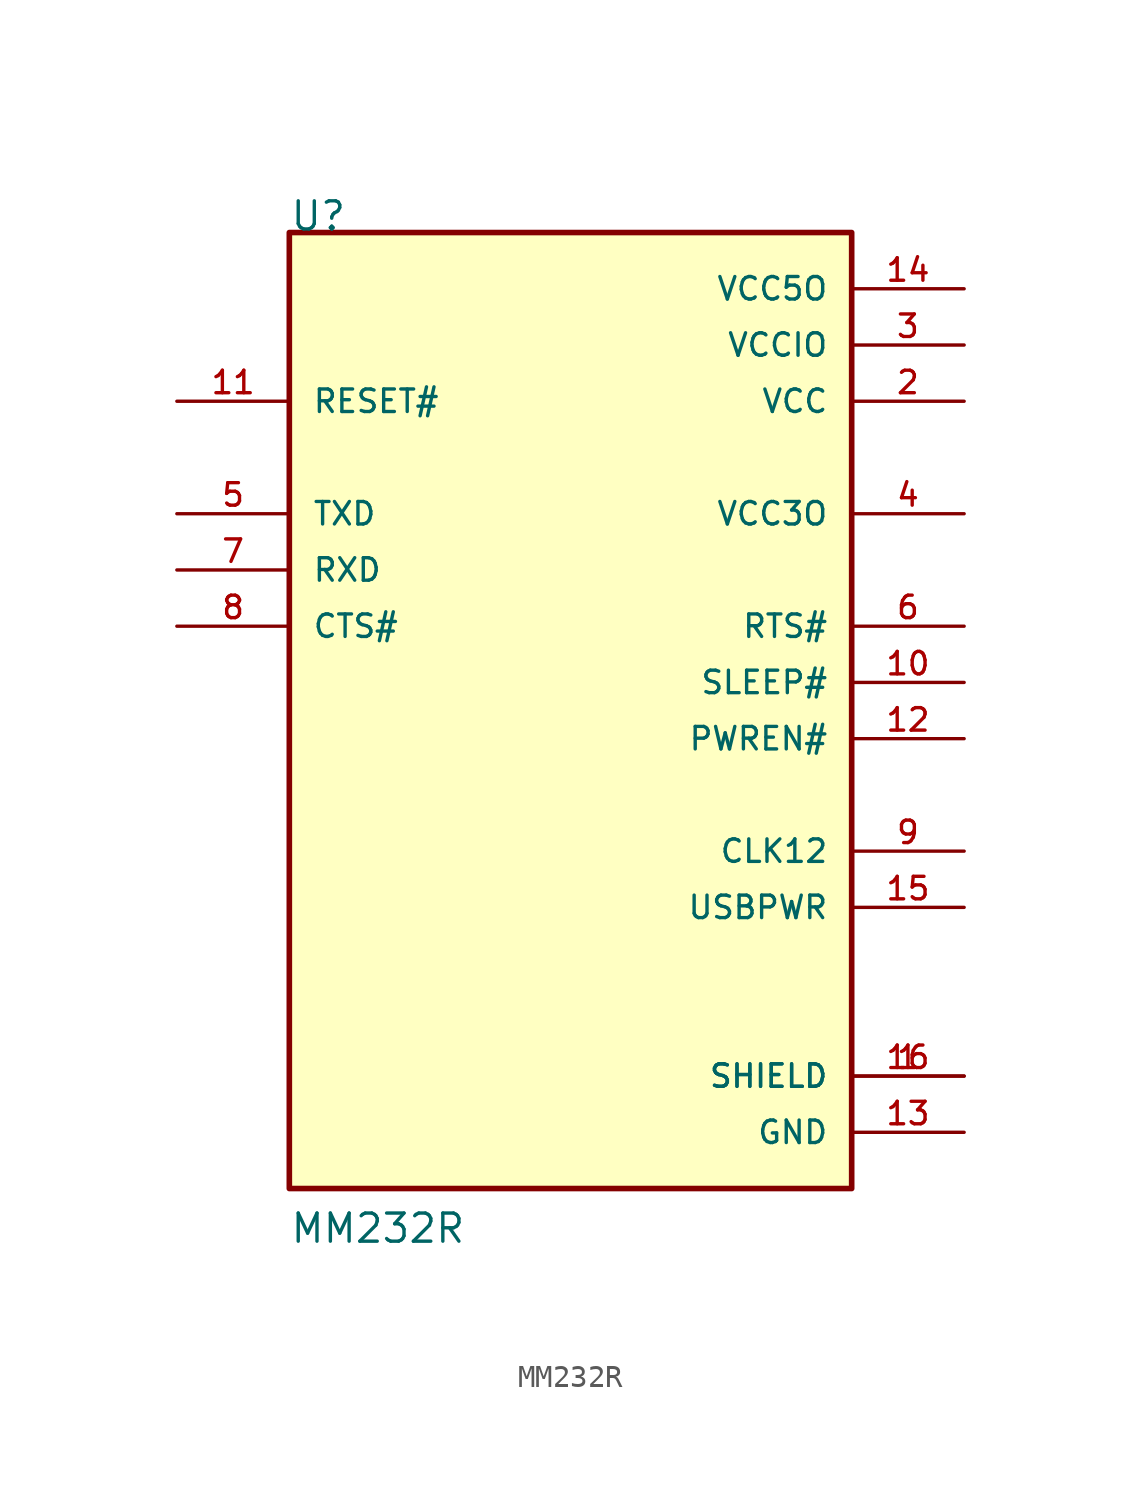
<source format=kicad_sym>
(kicad_symbol_lib
  (version 20211014)
  (generator kicad_symbol_editor)
  (symbol "MM232R"
    (pin_names
      (offset 1.016))
    (property "Reference" "U"
      (at -12.7 20.32 0)
      (effects (font (size 1.27 1.27)) (justify left bottom)))
    (property "Value" "MM232R"
      (at -12.7 -25.4 0)
      (effects (font (size 1.27 1.27)) (justify left bottom)))
    (property "ki_locked" ""
      (at 0 0 0)
      (effects (font (size 1.27 1.27))))
    (symbol "MM232R_0_0"
      (rectangle (start -12.7 -22.86) (end 12.7 20.32) (stroke (width 0.254) (type default) (color 0 0 0 0)) (fill (type background)))
      (pin power_in line (at 17.78 -17.78 180) (length 5.08) (name "SHIELD" (effects (font (size 1.016 1.016)))) (number "1" (effects (font (size 1.016 1.016)))))
      (pin output line (at 17.78 0 180) (length 5.08) (name "SLEEP#" (effects (font (size 1.016 1.016)))) (number "10" (effects (font (size 1.016 1.016)))))
      (pin input line (at -17.78 12.7 0) (length 5.08) (name "RESET#" (effects (font (size 1.016 1.016)))) (number "11" (effects (font (size 1.016 1.016)))))
      (pin output line (at 17.78 -2.54 180) (length 5.08) (name "PWREN#" (effects (font (size 1.016 1.016)))) (number "12" (effects (font (size 1.016 1.016)))))
      (pin power_in line (at 17.78 -20.32 180) (length 5.08) (name "GND" (effects (font (size 1.016 1.016)))) (number "13" (effects (font (size 1.016 1.016)))))
      (pin power_in line (at 17.78 17.78 180) (length 5.08) (name "VCC5O" (effects (font (size 1.016 1.016)))) (number "14" (effects (font (size 1.016 1.016)))))
      (pin output line (at 17.78 -10.16 180) (length 5.08) (name "USBPWR" (effects (font (size 1.016 1.016)))) (number "15" (effects (font (size 1.016 1.016)))))
      (pin power_in line (at 17.78 -17.78 180) (length 5.08) (name "SHIELD" (effects (font (size 1.016 1.016)))) (number "16" (effects (font (size 1.016 1.016)))))
      (pin power_in line (at 17.78 12.7 180) (length 5.08) (name "VCC" (effects (font (size 1.016 1.016)))) (number "2" (effects (font (size 1.016 1.016)))))
      (pin power_in line (at 17.78 15.24 180) (length 5.08) (name "VCCIO" (effects (font (size 1.016 1.016)))) (number "3" (effects (font (size 1.016 1.016)))))
      (pin output line (at 17.78 7.62 180) (length 5.08) (name "VCC3O" (effects (font (size 1.016 1.016)))) (number "4" (effects (font (size 1.016 1.016)))))
      (pin output line (at -17.78 7.62 0) (length 5.08) (name "TXD" (effects (font (size 1.016 1.016)))) (number "5" (effects (font (size 1.016 1.016)))))
      (pin output line (at 17.78 2.54 180) (length 5.08) (name "RTS#" (effects (font (size 1.016 1.016)))) (number "6" (effects (font (size 1.016 1.016)))))
      (pin input line (at -17.78 5.08 0) (length 5.08) (name "RXD" (effects (font (size 1.016 1.016)))) (number "7" (effects (font (size 1.016 1.016)))))
      (pin input line (at -17.78 2.54 0) (length 5.08) (name "CTS#" (effects (font (size 1.016 1.016)))) (number "8" (effects (font (size 1.016 1.016)))))
      (pin output line (at 17.78 -7.62 180) (length 5.08) (name "CLK12" (effects (font (size 1.016 1.016)))) (number "9" (effects (font (size 1.016 1.016))))))))
</source>
